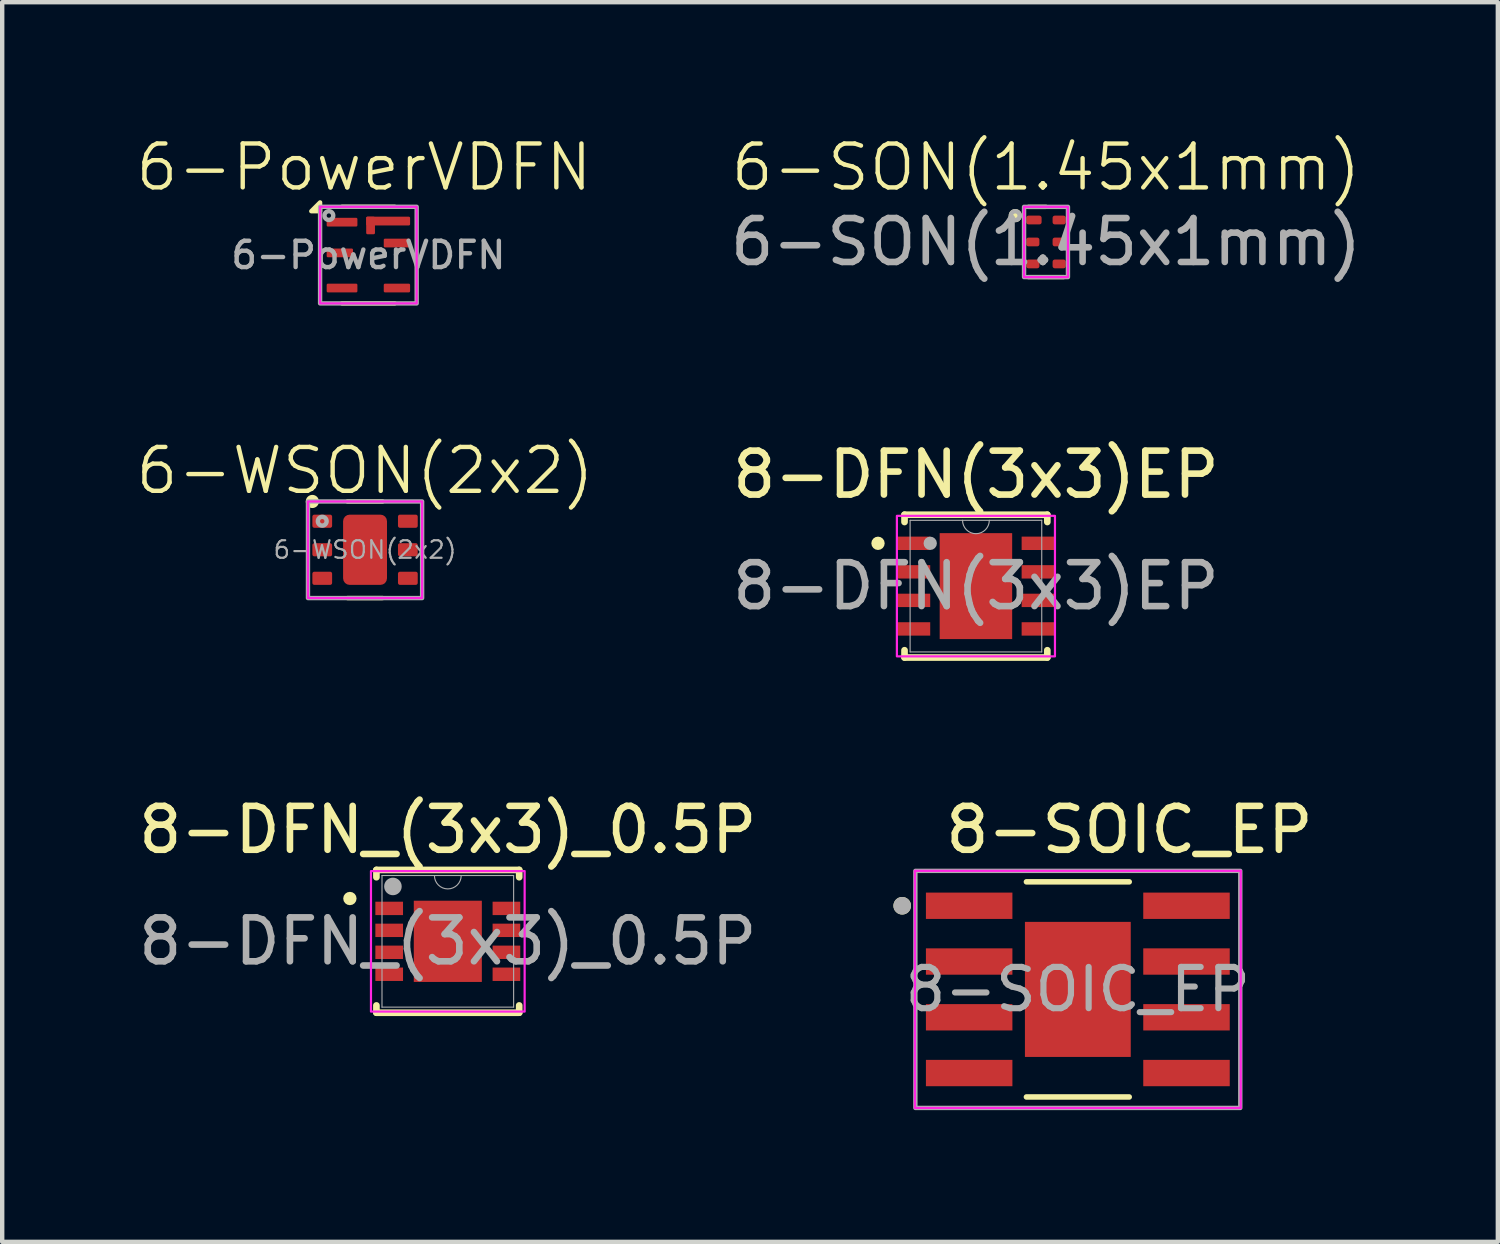
<source format=kicad_pcb>
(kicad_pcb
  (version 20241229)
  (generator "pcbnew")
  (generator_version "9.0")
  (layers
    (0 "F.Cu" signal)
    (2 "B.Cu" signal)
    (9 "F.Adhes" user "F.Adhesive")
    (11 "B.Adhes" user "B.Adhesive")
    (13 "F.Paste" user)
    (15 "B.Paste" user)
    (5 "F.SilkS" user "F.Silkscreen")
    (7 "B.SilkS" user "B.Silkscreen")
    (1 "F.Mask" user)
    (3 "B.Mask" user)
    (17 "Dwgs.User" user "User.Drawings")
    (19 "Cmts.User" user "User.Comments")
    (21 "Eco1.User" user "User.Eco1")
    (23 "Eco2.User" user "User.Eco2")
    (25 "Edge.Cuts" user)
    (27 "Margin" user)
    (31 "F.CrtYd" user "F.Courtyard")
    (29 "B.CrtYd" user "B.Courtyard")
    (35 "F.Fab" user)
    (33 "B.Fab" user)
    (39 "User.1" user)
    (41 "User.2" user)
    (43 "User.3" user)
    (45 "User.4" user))
  (footprint "6-WSON(2x2)"
    (layer "F.Cu")
    (at 5.264 9.471)
    (property "Reference" "6-WSON(2x2)" (at 0 -1.8 0) (unlocked yes) (layer "F.SilkS") (effects (font (size 1 1) (thickness 0.1))))
    (attr smd)
    (fp_line (start 0.4 -1.1) (end -0.4 -1.1) (stroke (width 0.1) (type default)) (layer "F.SilkS"))
    (fp_line (start 0.4 1.1) (end -0.4 1.1) (stroke (width 0.1) (type default)) (layer "F.SilkS"))
    (fp_circle (center -1.2 -1.1) (end -1.3 -1.1) (stroke (width 0.1) (type default)) (fill yes) (layer "F.SilkS"))
    (fp_rect (start -1.3 -1.1) (end 1.3 1.1) (stroke (width 0.05) (type default)) (fill no) (layer "F.CrtYd"))
    (fp_rect (start -1.3 -1.1) (end 1.3 1.1) (stroke (width 0.1) (type default)) (fill no) (layer "F.Fab"))
    (fp_circle (center -0.975 -0.65) (end -1.075 -0.65) (stroke (width 0.1) (type default)) (fill no) (layer "F.Fab"))
    (fp_text user "${REFERENCE}" (at 0 0 0) (unlocked yes) (layer "F.Fab") (effects (font (size 0.4 0.4) (thickness 0.05))))
    (pad "1" smd roundrect (at -0.975 -0.65) (size 0.45 0.3) (layers "F.Cu" "F.Mask" "F.Paste") (roundrect_rratio 0.15))
    (pad "2" smd roundrect (at -0.975 0) (size 0.45 0.3) (layers "F.Cu" "F.Mask" "F.Paste") (roundrect_rratio 0.15))
    (pad "3" smd roundrect (at -0.975 0.65) (size 0.45 0.3) (layers "F.Cu" "F.Mask" "F.Paste") (roundrect_rratio 0.15))
    (pad "4" smd roundrect (at 0.975 0.65) (size 0.45 0.3) (layers "F.Cu" "F.Mask" "F.Paste") (roundrect_rratio 0.15))
    (pad "5" smd roundrect (at 0.975 0) (size 0.45 0.3) (layers "F.Cu" "F.Mask" "F.Paste") (roundrect_rratio 0.15))
    (pad "6" smd roundrect (at 0.975 -0.65) (size 0.45 0.3) (layers "F.Cu" "F.Mask" "F.Paste") (roundrect_rratio 0.15))
    (pad "7" smd roundrect (at 0 0) (size 1 1.6) (layers "F.Cu" "F.Mask" "F.Paste") (roundrect_rratio 0.15)))
  (footprint "8-DFN_(3x3)_0.5P"
    (layer "F.Cu")
    (at 7.149 18.389)
    (property "Reference" "8-DFN_(3x3)_0.5P" (at 0 -2.54 0) (unlocked yes) (layer "F.SilkS") (effects (font (size 1 1) (thickness 0.15))))
    (attr smd)
    (fp_line (start -1.626 -1.626) (end -1.626 -1.46) (stroke (width 0.152) (type solid)) (layer "F.SilkS"))
    (fp_line (start -1.626 1.46) (end -1.626 1.626) (stroke (width 0.152) (type solid)) (layer "F.SilkS"))
    (fp_line (start -1.626 1.626) (end 1.626 1.626) (stroke (width 0.152) (type solid)) (layer "F.SilkS"))
    (fp_line (start 1.626 -1.626) (end -1.626 -1.626) (stroke (width 0.152) (type solid)) (layer "F.SilkS"))
    (fp_line (start 1.626 -1.46) (end 1.626 -1.626) (stroke (width 0.152) (type solid)) (layer "F.SilkS"))
    (fp_line (start 1.626 1.626) (end 1.626 1.46) (stroke (width 0.152) (type solid)) (layer "F.SilkS"))
    (fp_circle (center -2.23 -0.975) (end -2.154 -0.975) (stroke (width 0.152) (type solid)) (fill no) (layer "F.SilkS"))
    (fp_rect (start -1.75 -1.6) (end 1.75 1.6) (stroke (width 0.05) (type default)) (fill no) (layer "F.CrtYd"))
    (fp_line (start -1.499 -1.499) (end -1.499 1.499) (stroke (width 0.025) (type solid)) (layer "F.Fab"))
    (fp_line (start -1.499 1.499) (end 1.499 1.499) (stroke (width 0.025) (type solid)) (layer "F.Fab"))
    (fp_line (start 1.499 -1.499) (end -1.499 -1.499) (stroke (width 0.025) (type solid)) (layer "F.Fab"))
    (fp_line (start 1.499 1.499) (end 1.499 -1.499) (stroke (width 0.025) (type solid)) (layer "F.Fab"))
    (fp_arc (start 0.3048 -1.4986) (mid 0 -1.1938) (end -0.3048 -1.4986) (stroke (width 0.0254) (type solid)) (layer "F.Fab"))
    (fp_circle (center -1.25 -1.25) (end -1.25 -1.25) (stroke (width 0.2) (type solid)) (fill no) (layer "F.Fab"))
    (fp_text user "${REFERENCE}" (at 0 0 0) (unlocked yes) (layer "F.Fab") (effects (font (size 1 1) (thickness 0.15))))
    (pad "1" smd rect (at -1.335 -0.75) (size 0.63 0.305) (layers "F.Cu" "F.Mask" "F.Paste"))
    (pad "2" smd rect (at -1.335 -0.25) (size 0.63 0.305) (layers "F.Cu" "F.Mask" "F.Paste"))
    (pad "3" smd rect (at -1.335 0.25) (size 0.63 0.305) (layers "F.Cu" "F.Mask" "F.Paste"))
    (pad "4" smd rect (at -1.335 0.75) (size 0.63 0.305) (layers "F.Cu" "F.Mask" "F.Paste"))
    (pad "5" smd rect (at 1.335 0.75) (size 0.63 0.305) (layers "F.Cu" "F.Mask" "F.Paste"))
    (pad "6" smd rect (at 1.335 0.25) (size 0.63 0.305) (layers "F.Cu" "F.Mask" "F.Paste"))
    (pad "7" smd rect (at 1.335 -0.25) (size 0.63 0.305) (layers "F.Cu" "F.Mask" "F.Paste"))
    (pad "8" smd rect (at 1.335 -0.75) (size 0.63 0.305) (layers "F.Cu" "F.Mask" "F.Paste"))
    (pad "9" smd rect (at 0 0) (size 1.55 1.85) (layers "F.Cu" "F.Mask" "F.Paste")))
  (footprint "8-DFN(3x3)EP"
    (layer "F.Cu")
    (at 19.177 10.299)
    (property "Reference" "8-DFN(3x3)EP" (at 0 -2.54 0) (unlocked yes) (layer "F.SilkS") (effects (font (size 1 1) (thickness 0.15))))
    (attr smd)
    (fp_line (start -1.626 -1.626) (end -1.626 -1.46) (stroke (width 0.152) (type solid)) (layer "F.SilkS"))
    (fp_line (start -1.626 1.46) (end -1.626 1.626) (stroke (width 0.152) (type solid)) (layer "F.SilkS"))
    (fp_line (start -1.626 1.626) (end 1.626 1.626) (stroke (width 0.152) (type solid)) (layer "F.SilkS"))
    (fp_line (start 1.626 -1.626) (end -1.626 -1.626) (stroke (width 0.152) (type solid)) (layer "F.SilkS"))
    (fp_line (start 1.626 -1.46) (end 1.626 -1.626) (stroke (width 0.152) (type solid)) (layer "F.SilkS"))
    (fp_line (start 1.626 1.626) (end 1.626 1.46) (stroke (width 0.152) (type solid)) (layer "F.SilkS"))
    (fp_circle (center -2.23 -0.975) (end -2.154 -0.975) (stroke (width 0.152) (type solid)) (fill no) (layer "F.SilkS"))
    (fp_rect (start -1.8 -1.6) (end 1.8 1.6) (stroke (width 0.05) (type default)) (fill no) (layer "F.CrtYd"))
    (fp_line (start -1.499 -1.499) (end -1.499 1.499) (stroke (width 0.025) (type solid)) (layer "F.Fab"))
    (fp_line (start -1.499 1.499) (end 1.499 1.499) (stroke (width 0.025) (type solid)) (layer "F.Fab"))
    (fp_line (start 1.499 -1.499) (end -1.499 -1.499) (stroke (width 0.025) (type solid)) (layer "F.Fab"))
    (fp_line (start 1.499 1.499) (end 1.499 -1.499) (stroke (width 0.025) (type solid)) (layer "F.Fab"))
    (fp_arc (start 0.3048 -1.4986) (mid 0 -1.1938) (end -0.3048 -1.4986) (stroke (width 0.0254) (type solid)) (layer "F.Fab"))
    (fp_circle (center -1.041 -0.975) (end -1.041 -0.975) (stroke (width 0.152) (type solid)) (fill no) (layer "F.Fab"))
    (fp_text user "${REFERENCE}" (at 0 0 0) (unlocked yes) (layer "F.Fab") (effects (font (size 1 1) (thickness 0.15))))
    (pad "1" smd rect (at -1.422 -0.975) (size 0.762 0.305) (layers "F.Cu" "F.Mask" "F.Paste"))
    (pad "2" smd rect (at -1.422 -0.325) (size 0.762 0.305) (layers "F.Cu" "F.Mask" "F.Paste"))
    (pad "3" smd rect (at -1.422 0.325) (size 0.762 0.305) (layers "F.Cu" "F.Mask" "F.Paste"))
    (pad "4" smd rect (at -1.422 0.975) (size 0.762 0.305) (layers "F.Cu" "F.Mask" "F.Paste"))
    (pad "5" smd rect (at 1.422 0.975) (size 0.762 0.305) (layers "F.Cu" "F.Mask" "F.Paste"))
    (pad "6" smd rect (at 1.422 0.325) (size 0.762 0.305) (layers "F.Cu" "F.Mask" "F.Paste"))
    (pad "7" smd rect (at 1.422 -0.325) (size 0.762 0.305) (layers "F.Cu" "F.Mask" "F.Paste"))
    (pad "8" smd rect (at 1.422 -0.975) (size 0.762 0.305) (layers "F.Cu" "F.Mask" "F.Paste"))
    (pad "9" smd rect (at 0 0) (size 1.651 2.413) (layers "F.Cu" "F.Mask" "F.Paste")))
  (footprint "6-PowerVDFN"
    (layer "F.Cu")
    (at 5.34 2.76)
    (property "Reference" "6-PowerVDFN" (at -0.1 -2 0) (unlocked yes) (layer "F.SilkS") (effects (font (size 1 1) (thickness 0.1))))
    (attr smd)
    (fp_line (start -0.6 -1.1) (end 0.6 -1.1) (stroke (width 0.1) (type default)) (layer "F.SilkS"))
    (fp_line (start -0.6 1.1) (end 0.6 1.1) (stroke (width 0.1) (type default)) (layer "F.SilkS"))
    (fp_poly (pts (xy -1.1 -1) (xy -1.1 -1.2) (xy -1.3 -1)) (stroke (width 0.1) (type solid)) (fill yes) (layer "F.SilkS"))
    (fp_rect (start -1.1 -1.1) (end 1.1 1.1) (stroke (width 0.05) (type default)) (fill no) (layer "F.CrtYd"))
    (fp_rect (start -1.1 -1.1) (end 1.1 1.1) (stroke (width 0.1) (type default)) (fill no) (layer "F.Fab"))
    (fp_circle (center -0.9 -0.9) (end -1 -0.9) (stroke (width 0.1) (type default)) (fill no) (layer "F.Fab"))
    (fp_text user "${REFERENCE}" (at 0 0 0) (unlocked yes) (layer "F.Fab") (effects (font (size 0.6 0.6) (thickness 0.1))))
    (pad "1" smd roundrect (at -0.6 -0.75) (size 0.7 0.2) (layers "F.Cu" "F.Mask" "F.Paste") (roundrect_rratio 0.15))
    (pad "2" smd roundrect (at -0.65 -0.05) (size 0.6 0.2) (layers "F.Cu" "F.Mask" "F.Paste") (roundrect_rratio 0.15))
    (pad "3" smd roundrect (at -0.6 0.75) (size 0.7 0.2) (layers "F.Cu" "F.Mask" "F.Paste") (roundrect_rratio 0.15))
    (pad "4" smd roundrect (at 0.65 0.75) (size 0.6 0.2) (layers "F.Cu" "F.Mask" "F.Paste") (roundrect_rratio 0.15))
    (pad "5" smd roundrect (at 0.65 -0.275) (size 0.6 0.2) (layers "F.Cu" "F.Mask" "F.Paste") (roundrect_rratio 0.15))
    (pad "6" smd roundrect (at 0.05 -0.675 180) (size 0.2 0.4) (layers "F.Cu" "F.Mask" "F.Paste") (roundrect_rratio 0.15))
    (pad "6" smd roundrect (at 0.45 -0.775) (size 1 0.2) (layers "F.Cu" "F.Mask" "F.Paste") (roundrect_rratio 0.15)))
  (footprint "6-SON(1.45x1mm)"
    (layer "F.Cu")
    (at 20.773 2.461)
    (property "Reference" "6-SON(1.45x1mm)" (at 0 -1.7 0) (unlocked yes) (layer "F.SilkS") (effects (font (size 1 1) (thickness 0.1))))
    (attr smd)
    (fp_line (start -0.4 -0.8) (end 0 -0.8) (stroke (width 0.1) (type default)) (layer "F.SilkS"))
    (fp_line (start -0.4 0.8) (end 0.4 0.8) (stroke (width 0.1) (type default)) (layer "F.SilkS"))
    (fp_circle (center -0.7 -0.6) (end -0.6 -0.6) (stroke (width 0.1) (type solid)) (fill yes) (layer "F.SilkS"))
    (fp_rect (start -0.5 -0.8) (end 0.5 0.8) (stroke (width 0.05) (type default)) (fill no) (layer "F.CrtYd"))
    (fp_rect (start -0.5 -0.8) (end 0.5 0.8) (stroke (width 0.1) (type default)) (fill no) (layer "F.Fab"))
    (fp_circle (center -0.7 -0.6) (end -0.6 -0.6) (stroke (width 0.1) (type solid)) (fill no) (layer "F.Fab"))
    (fp_text user "${REFERENCE}" (at 0 0 0) (unlocked yes) (layer "F.Fab") (effects (font (size 1 1) (thickness 0.15))))
    (pad "1" smd roundrect (at -0.275 -0.5) (size 0.35 0.2) (layers "F.Cu" "F.Mask" "F.Paste") (roundrect_rratio 0.25))
    (pad "2" smd roundrect (at -0.3 0) (size 0.3 0.2) (layers "F.Cu" "F.Mask" "F.Paste") (roundrect_rratio 0.25))
    (pad "3" smd roundrect (at -0.3 0.5) (size 0.3 0.2) (layers "F.Cu" "F.Mask" "F.Paste") (roundrect_rratio 0.25))
    (pad "4" smd roundrect (at 0.3 0.5) (size 0.3 0.2) (layers "F.Cu" "F.Mask" "F.Paste") (roundrect_rratio 0.25))
    (pad "5" smd roundrect (at 0.3 0) (size 0.3 0.2) (layers "F.Cu" "F.Mask" "F.Paste") (roundrect_rratio 0.25))
    (pad "6" smd roundrect (at 0.3 -0.5) (size 0.3 0.2) (layers "F.Cu" "F.Mask" "F.Paste") (roundrect_rratio 0.25)))
  (footprint "8-SOIC_EP"
    (layer "F.Cu")
    (at 21.498 19.484)
    (property "Reference" "8-SOIC_EP" (at 1.175 -3.635 0) (layer "F.SilkS") (effects (font (size 1 1) (thickness 0.15))))
    (attr smd)
    (fp_line (start -1.17 -2.45) (end 1.17 -2.45) (stroke (width 0.127) (type solid)) (layer "F.SilkS"))
    (fp_line (start -1.17 2.45) (end 1.17 2.45) (stroke (width 0.127) (type solid)) (layer "F.SilkS"))
    (fp_circle (center -4 -1.905) (end -3.9 -1.905) (stroke (width 0.2) (type solid)) (fill no) (layer "F.SilkS"))
    (fp_poly (pts (xy -0.762 -0.973) (xy 0.762 -0.973) (xy 0.762 0.973) (xy -0.762 0.973)) (stroke (width 0.01) (type solid)) (fill yes) (layer "F.Paste"))
    (fp_line (start -3.71 -2.7) (end -3.71 2.7) (stroke (width 0.05) (type solid)) (layer "F.CrtYd"))
    (fp_line (start -3.71 -2.7) (end 3.71 -2.7) (stroke (width 0.05) (type solid)) (layer "F.CrtYd"))
    (fp_line (start -3.71 2.7) (end 3.71 2.7) (stroke (width 0.05) (type solid)) (layer "F.CrtYd"))
    (fp_line (start 3.71 -2.7) (end 3.71 2.7) (stroke (width 0.05) (type solid)) (layer "F.CrtYd"))
    (fp_rect (start -3.7 -2.7) (end 3.7 2.7) (stroke (width 0.1) (type default)) (fill no) (layer "F.Fab"))
    (fp_circle (center -4 -1.905) (end -3.9 -1.905) (stroke (width 0.2) (type solid)) (fill no) (layer "F.Fab"))
    (fp_text user "${REFERENCE}" (at 0 0 0) (layer "F.Fab") (effects (font (size 0.94 0.94) (thickness 0.14))))
    (pad "1" smd rect (at -2.475 -1.905) (size 1.97 0.6) (layers "F.Cu" "F.Mask" "F.Paste"))
    (pad "2" smd rect (at -2.475 -0.635) (size 1.97 0.6) (layers "F.Cu" "F.Mask" "F.Paste"))
    (pad "3" smd rect (at -2.475 0.635) (size 1.97 0.6) (layers "F.Cu" "F.Mask" "F.Paste"))
    (pad "4" smd rect (at -2.475 1.905) (size 1.97 0.6) (layers "F.Cu" "F.Mask" "F.Paste"))
    (pad "5" smd rect (at 2.475 1.905) (size 1.97 0.6) (layers "F.Cu" "F.Mask" "F.Paste"))
    (pad "6" smd rect (at 2.475 0.635) (size 1.97 0.6) (layers "F.Cu" "F.Mask" "F.Paste"))
    (pad "7" smd rect (at 2.475 -0.635) (size 1.97 0.6) (layers "F.Cu" "F.Mask" "F.Paste"))
    (pad "8" smd rect (at 2.475 -1.905) (size 1.97 0.6) (layers "F.Cu" "F.Mask" "F.Paste"))
    (pad "9" smd rect (at 0 0) (size 2.41 3.076) (layers "F.Cu" "F.Mask")))
  (gr_rect
    (start -3 -3)
    (end 31.064 25.234)
    (stroke (width 0.1) (type default))
    (fill no)
    (layer "Edge.Cuts")))
</source>
